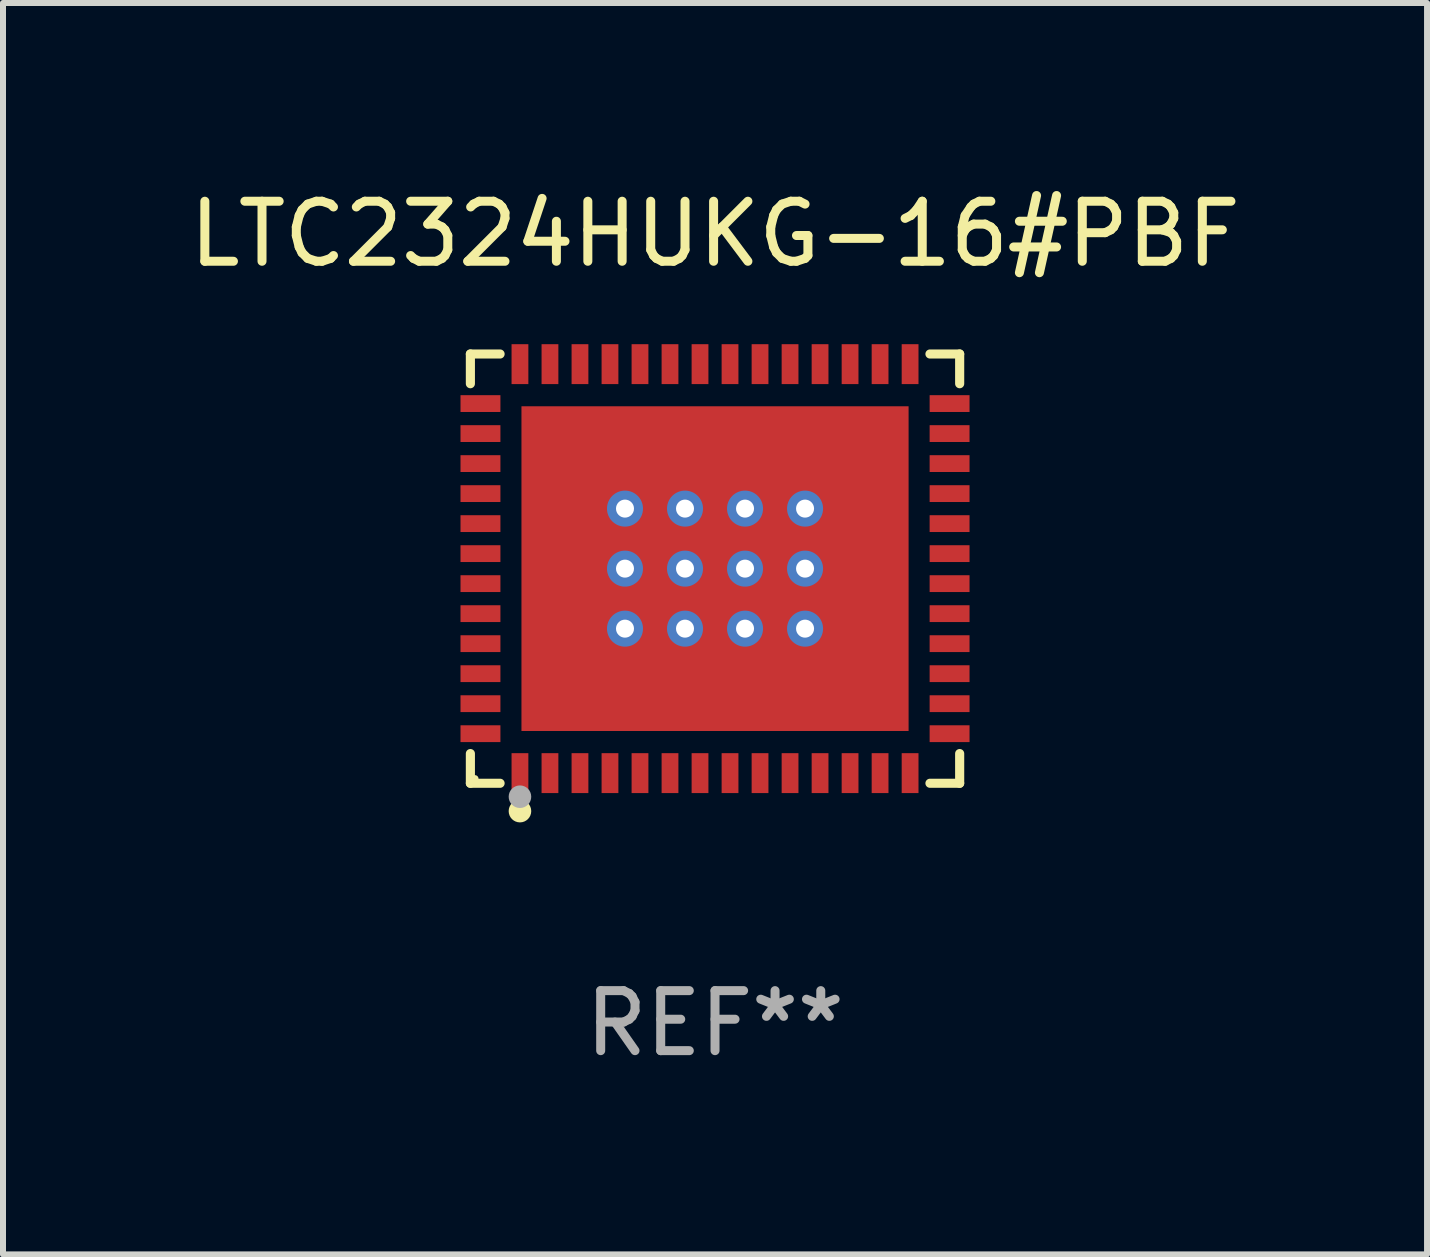
<source format=kicad_pcb>
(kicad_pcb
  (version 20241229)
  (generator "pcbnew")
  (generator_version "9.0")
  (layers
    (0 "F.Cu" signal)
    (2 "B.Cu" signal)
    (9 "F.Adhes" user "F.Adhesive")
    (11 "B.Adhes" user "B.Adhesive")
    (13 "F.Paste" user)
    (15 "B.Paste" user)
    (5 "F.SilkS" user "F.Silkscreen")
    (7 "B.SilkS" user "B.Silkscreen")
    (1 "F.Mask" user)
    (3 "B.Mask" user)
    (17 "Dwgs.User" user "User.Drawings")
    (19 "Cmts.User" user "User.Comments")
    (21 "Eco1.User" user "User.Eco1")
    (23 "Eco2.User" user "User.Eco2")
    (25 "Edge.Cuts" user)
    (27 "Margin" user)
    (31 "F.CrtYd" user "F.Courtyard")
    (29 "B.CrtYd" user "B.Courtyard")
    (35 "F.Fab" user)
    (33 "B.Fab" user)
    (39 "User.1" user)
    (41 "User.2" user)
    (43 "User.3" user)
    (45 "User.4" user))
  (footprint "LTC2324HUKG-16#PBF"
    (layer "F.Cu")
    (at 8.863 6.424)
    (property "Reference" "LTC2324HUKG-16#PBF" (at 0 -5.576 0) (layer "F.SilkS") (effects (font (size 1 1) (thickness 0.15))))
    (attr through_hole)
    (fp_line (start -4.076 -3.576) (end -3.581 -3.576) (stroke (width 0.152) (type solid)) (layer "F.SilkS"))
    (fp_line (start -4.076 -3.081) (end -4.076 -3.576) (stroke (width 0.152) (type solid)) (layer "F.SilkS"))
    (fp_line (start -4.076 3.081) (end -4.076 3.576) (stroke (width 0.152) (type solid)) (layer "F.SilkS"))
    (fp_line (start -4.076 3.576) (end -3.581 3.576) (stroke (width 0.152) (type solid)) (layer "F.SilkS"))
    (fp_line (start 4.076 -3.576) (end 3.581 -3.576) (stroke (width 0.152) (type solid)) (layer "F.SilkS"))
    (fp_line (start 4.076 -3.081) (end 4.076 -3.576) (stroke (width 0.152) (type solid)) (layer "F.SilkS"))
    (fp_line (start 4.076 3.081) (end 4.076 3.576) (stroke (width 0.152) (type solid)) (layer "F.SilkS"))
    (fp_line (start 4.076 3.576) (end 3.581 3.576) (stroke (width 0.152) (type solid)) (layer "F.SilkS"))
    (fp_circle (center -4 3.5) (end -3.97 3.5) (stroke (width 0.06) (type solid)) (fill no) (layer "F.SilkS"))
    (fp_circle (center -3.25 4.04) (end -3.156 4.04) (stroke (width 0.188) (type solid)) (fill no) (layer "F.SilkS"))
    (fp_circle (center -3.25 3.8) (end -3.156 3.8) (stroke (width 0.188) (type solid)) (fill no) (layer "F.Fab"))
    (fp_text user "REF**" (at 0 7.576 0) (layer "F.Fab") (effects (font (size 1 1) (thickness 0.15))))
    (pad "1" smd rect (at -3.25 3.407) (size 0.28 0.665) (layers "F.Cu" "F.Mask" "F.Paste"))
    (pad "2" smd rect (at -2.75 3.407) (size 0.28 0.665) (layers "F.Cu" "F.Mask" "F.Paste"))
    (pad "3" smd rect (at -2.25 3.407) (size 0.28 0.665) (layers "F.Cu" "F.Mask" "F.Paste"))
    (pad "4" smd rect (at -1.75 3.407) (size 0.28 0.665) (layers "F.Cu" "F.Mask" "F.Paste"))
    (pad "5" smd rect (at -1.25 3.407) (size 0.28 0.665) (layers "F.Cu" "F.Mask" "F.Paste"))
    (pad "6" smd rect (at -0.75 3.407) (size 0.28 0.665) (layers "F.Cu" "F.Mask" "F.Paste"))
    (pad "7" smd rect (at -0.25 3.407) (size 0.28 0.665) (layers "F.Cu" "F.Mask" "F.Paste"))
    (pad "8" smd rect (at 0.25 3.407) (size 0.28 0.665) (layers "F.Cu" "F.Mask" "F.Paste"))
    (pad "9" smd rect (at 0.75 3.407) (size 0.28 0.665) (layers "F.Cu" "F.Mask" "F.Paste"))
    (pad "10" smd rect (at 1.25 3.407) (size 0.28 0.665) (layers "F.Cu" "F.Mask" "F.Paste"))
    (pad "11" smd rect (at 1.75 3.407) (size 0.28 0.665) (layers "F.Cu" "F.Mask" "F.Paste"))
    (pad "12" smd rect (at 2.25 3.407) (size 0.28 0.665) (layers "F.Cu" "F.Mask" "F.Paste"))
    (pad "13" smd rect (at 2.75 3.407) (size 0.28 0.665) (layers "F.Cu" "F.Mask" "F.Paste"))
    (pad "14" smd rect (at 3.25 3.407) (size 0.28 0.665) (layers "F.Cu" "F.Mask" "F.Paste"))
    (pad "15" smd rect (at 3.908 2.75) (size 0.665 0.28) (layers "F.Cu" "F.Mask" "F.Paste"))
    (pad "16" smd rect (at 3.908 2.25) (size 0.665 0.28) (layers "F.Cu" "F.Mask" "F.Paste"))
    (pad "17" smd rect (at 3.908 1.75) (size 0.665 0.28) (layers "F.Cu" "F.Mask" "F.Paste"))
    (pad "18" smd rect (at 3.908 1.25) (size 0.665 0.28) (layers "F.Cu" "F.Mask" "F.Paste"))
    (pad "19" smd rect (at 3.908 0.75) (size 0.665 0.28) (layers "F.Cu" "F.Mask" "F.Paste"))
    (pad "20" smd rect (at 3.908 0.25) (size 0.665 0.28) (layers "F.Cu" "F.Mask" "F.Paste"))
    (pad "21" smd rect (at 3.908 -0.25) (size 0.665 0.28) (layers "F.Cu" "F.Mask" "F.Paste"))
    (pad "22" smd rect (at 3.908 -0.75) (size 0.665 0.28) (layers "F.Cu" "F.Mask" "F.Paste"))
    (pad "23" smd rect (at 3.908 -1.25) (size 0.665 0.28) (layers "F.Cu" "F.Mask" "F.Paste"))
    (pad "24" smd rect (at 3.908 -1.75) (size 0.665 0.28) (layers "F.Cu" "F.Mask" "F.Paste"))
    (pad "25" smd rect (at 3.908 -2.25) (size 0.665 0.28) (layers "F.Cu" "F.Mask" "F.Paste"))
    (pad "26" smd rect (at 3.908 -2.75) (size 0.665 0.28) (layers "F.Cu" "F.Mask" "F.Paste"))
    (pad "27" smd rect (at 3.25 -3.407) (size 0.28 0.665) (layers "F.Cu" "F.Mask" "F.Paste"))
    (pad "28" smd rect (at 2.75 -3.407) (size 0.28 0.665) (layers "F.Cu" "F.Mask" "F.Paste"))
    (pad "29" smd rect (at 2.25 -3.407) (size 0.28 0.665) (layers "F.Cu" "F.Mask" "F.Paste"))
    (pad "30" smd rect (at 1.75 -3.407) (size 0.28 0.665) (layers "F.Cu" "F.Mask" "F.Paste"))
    (pad "31" smd rect (at 1.25 -3.407) (size 0.28 0.665) (layers "F.Cu" "F.Mask" "F.Paste"))
    (pad "32" smd rect (at 0.75 -3.407) (size 0.28 0.665) (layers "F.Cu" "F.Mask" "F.Paste"))
    (pad "33" smd rect (at 0.25 -3.407) (size 0.28 0.665) (layers "F.Cu" "F.Mask" "F.Paste"))
    (pad "34" smd rect (at -0.25 -3.407) (size 0.28 0.665) (layers "F.Cu" "F.Mask" "F.Paste"))
    (pad "35" smd rect (at -0.75 -3.407) (size 0.28 0.665) (layers "F.Cu" "F.Mask" "F.Paste"))
    (pad "36" smd rect (at -1.25 -3.407) (size 0.28 0.665) (layers "F.Cu" "F.Mask" "F.Paste"))
    (pad "37" smd rect (at -1.75 -3.407) (size 0.28 0.665) (layers "F.Cu" "F.Mask" "F.Paste"))
    (pad "38" smd rect (at -2.25 -3.407) (size 0.28 0.665) (layers "F.Cu" "F.Mask" "F.Paste"))
    (pad "39" smd rect (at -2.75 -3.407) (size 0.28 0.665) (layers "F.Cu" "F.Mask" "F.Paste"))
    (pad "40" smd rect (at -3.25 -3.407) (size 0.28 0.665) (layers "F.Cu" "F.Mask" "F.Paste"))
    (pad "41" smd rect (at -3.908 -2.75) (size 0.665 0.28) (layers "F.Cu" "F.Mask" "F.Paste"))
    (pad "42" smd rect (at -3.908 -2.25) (size 0.665 0.28) (layers "F.Cu" "F.Mask" "F.Paste"))
    (pad "43" smd rect (at -3.908 -1.75) (size 0.665 0.28) (layers "F.Cu" "F.Mask" "F.Paste"))
    (pad "44" smd rect (at -3.908 -1.25) (size 0.665 0.28) (layers "F.Cu" "F.Mask" "F.Paste"))
    (pad "45" smd rect (at -3.908 -0.75) (size 0.665 0.28) (layers "F.Cu" "F.Mask" "F.Paste"))
    (pad "46" smd rect (at -3.908 -0.25) (size 0.665 0.28) (layers "F.Cu" "F.Mask" "F.Paste"))
    (pad "47" smd rect (at -3.908 0.25) (size 0.665 0.28) (layers "F.Cu" "F.Mask" "F.Paste"))
    (pad "48" smd rect (at -3.908 0.75) (size 0.665 0.28) (layers "F.Cu" "F.Mask" "F.Paste"))
    (pad "49" smd rect (at -3.908 1.25) (size 0.665 0.28) (layers "F.Cu" "F.Mask" "F.Paste"))
    (pad "50" smd rect (at -3.908 1.75) (size 0.665 0.28) (layers "F.Cu" "F.Mask" "F.Paste"))
    (pad "51" smd rect (at -3.908 2.25) (size 0.665 0.28) (layers "F.Cu" "F.Mask" "F.Paste"))
    (pad "52" smd rect (at -3.908 2.75) (size 0.665 0.28) (layers "F.Cu" "F.Mask" "F.Paste"))
    (pad "53" thru_hole circle (at -1.5 -1) (size 0.6 0.6) (drill 0.3) (layers "*.Cu" "*.Mask"))
    (pad "53" thru_hole circle (at -1.5 0) (size 0.6 0.6) (drill 0.3) (layers "*.Cu" "*.Mask"))
    (pad "53" thru_hole circle (at -1.5 1) (size 0.6 0.6) (drill 0.3) (layers "*.Cu" "*.Mask"))
    (pad "53" thru_hole circle (at -0.5 -1) (size 0.6 0.6) (drill 0.3) (layers "*.Cu" "*.Mask"))
    (pad "53" thru_hole circle (at -0.5 0) (size 0.6 0.6) (drill 0.3) (layers "*.Cu" "*.Mask"))
    (pad "53" thru_hole circle (at -0.5 1) (size 0.6 0.6) (drill 0.3) (layers "*.Cu" "*.Mask"))
    (pad "53" smd rect (at 0 0) (size 6.45 5.41) (layers "F.Cu" "F.Mask" "F.Paste"))
    (pad "53" thru_hole circle (at 0.5 -1) (size 0.6 0.6) (drill 0.3) (layers "*.Cu" "*.Mask"))
    (pad "53" thru_hole circle (at 0.5 0) (size 0.6 0.6) (drill 0.3) (layers "*.Cu" "*.Mask"))
    (pad "53" thru_hole circle (at 0.5 1) (size 0.6 0.6) (drill 0.3) (layers "*.Cu" "*.Mask"))
    (pad "53" thru_hole circle (at 1.5 -1) (size 0.6 0.6) (drill 0.3) (layers "*.Cu" "*.Mask"))
    (pad "53" thru_hole circle (at 1.5 0) (size 0.6 0.6) (drill 0.3) (layers "*.Cu" "*.Mask"))
    (pad "53" thru_hole circle (at 1.5 1) (size 0.6 0.6) (drill 0.3) (layers "*.Cu" "*.Mask")))
  (gr_rect
    (start -3 -3)
    (end 20.726 17.849)
    (stroke (width 0.1) (type default))
    (fill no)
    (layer "Edge.Cuts")))
</source>
